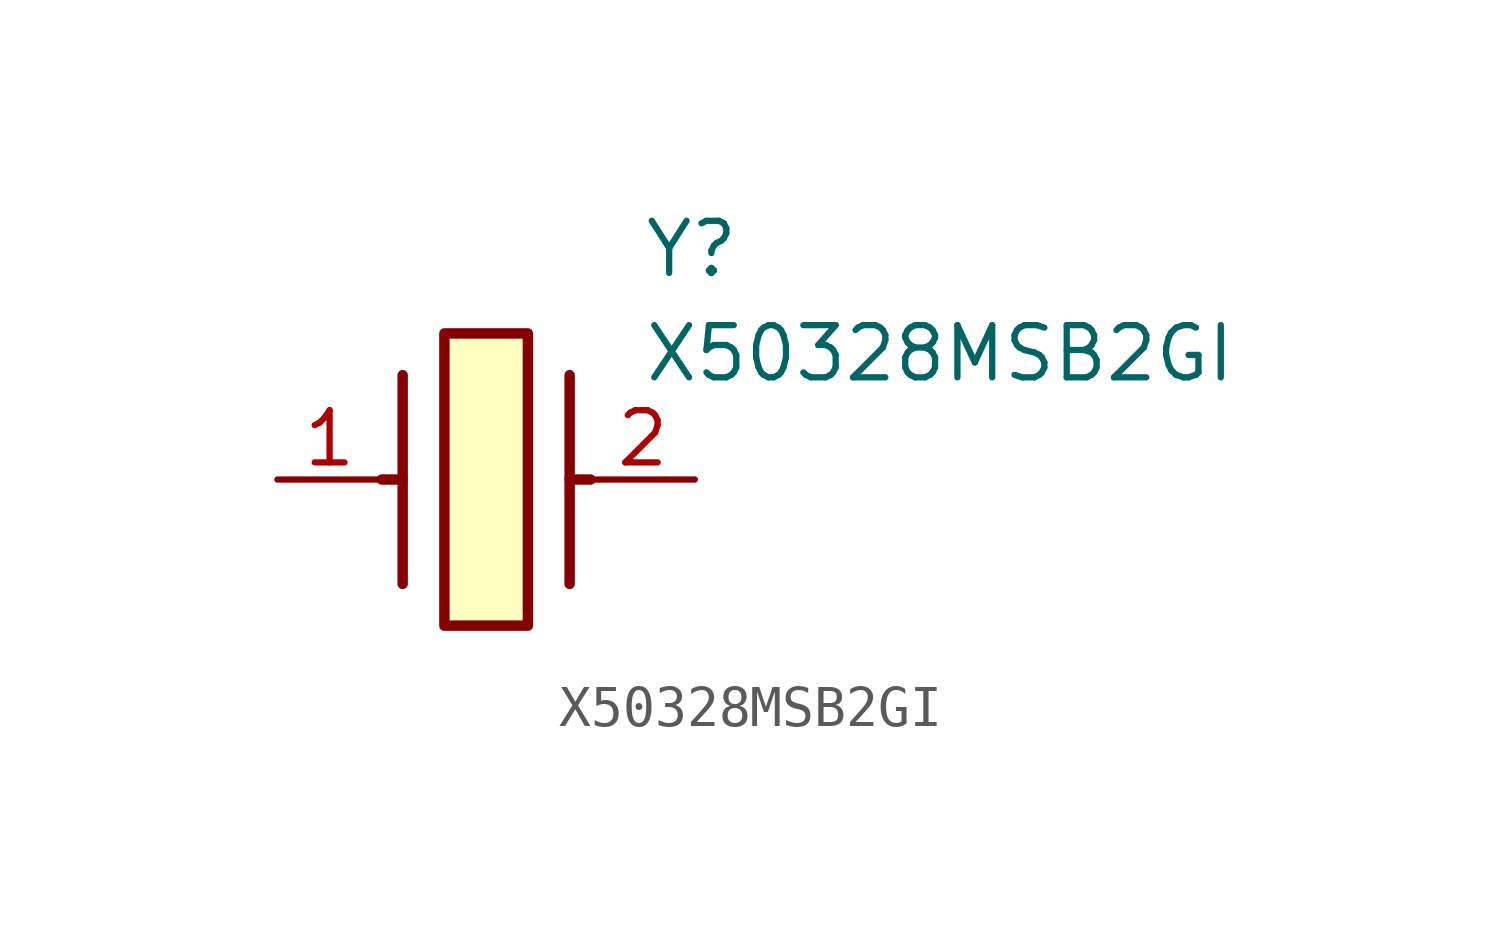
<source format=kicad_sym>
(kicad_symbol_lib
  (version 20211014)
  (generator SamacSys_ECAD_Model)
  (symbol "X50328MSB2GI"
    (pin_names hide)
    (property "Reference" "Y"
      (at 8.89 6.35 0)
      (effects (font (size 1.27 1.27)) (justify left top)))
    (property "Value" "X50328MSB2GI"
      (at 8.89 3.81 0)
      (effects (font (size 1.27 1.27)) (justify left top)))
    (rectangle
      (start 4.064 3.556)
      (end 6.096 -3.556)
      (stroke (width 0.254) (type default))
      (fill (type background)))
    (polyline
      (pts (xy 3.048 2.54) (xy 3.048 -2.54))
      (stroke (width 0.254) (type default))
      (fill (type none)))
    (polyline
      (pts (xy 7.112 2.54) (xy 7.112 -2.54))
      (stroke (width 0.254) (type default))
      (fill (type none)))
    (polyline
      (pts (xy 7.112 0) (xy 7.62 0))
      (stroke (width 0.254) (type default))
      (fill (type none)))
    (polyline
      (pts (xy 3.048 0) (xy 2.54 0))
      (stroke (width 0.254) (type default))
      (fill (type none)))
    (pin passive line
      (at 0 0 0)
      (length 2.54)
      (name "1" (effects (font (size 1.27 1.27))))
      (number "1" (effects (font (size 1.27 1.27)))))
    (pin passive line
      (at 10.16 0 180)
      (length 2.54)
      (name "2" (effects (font (size 1.27 1.27))))
      (number "2" (effects (font (size 1.27 1.27)))))))
</source>
